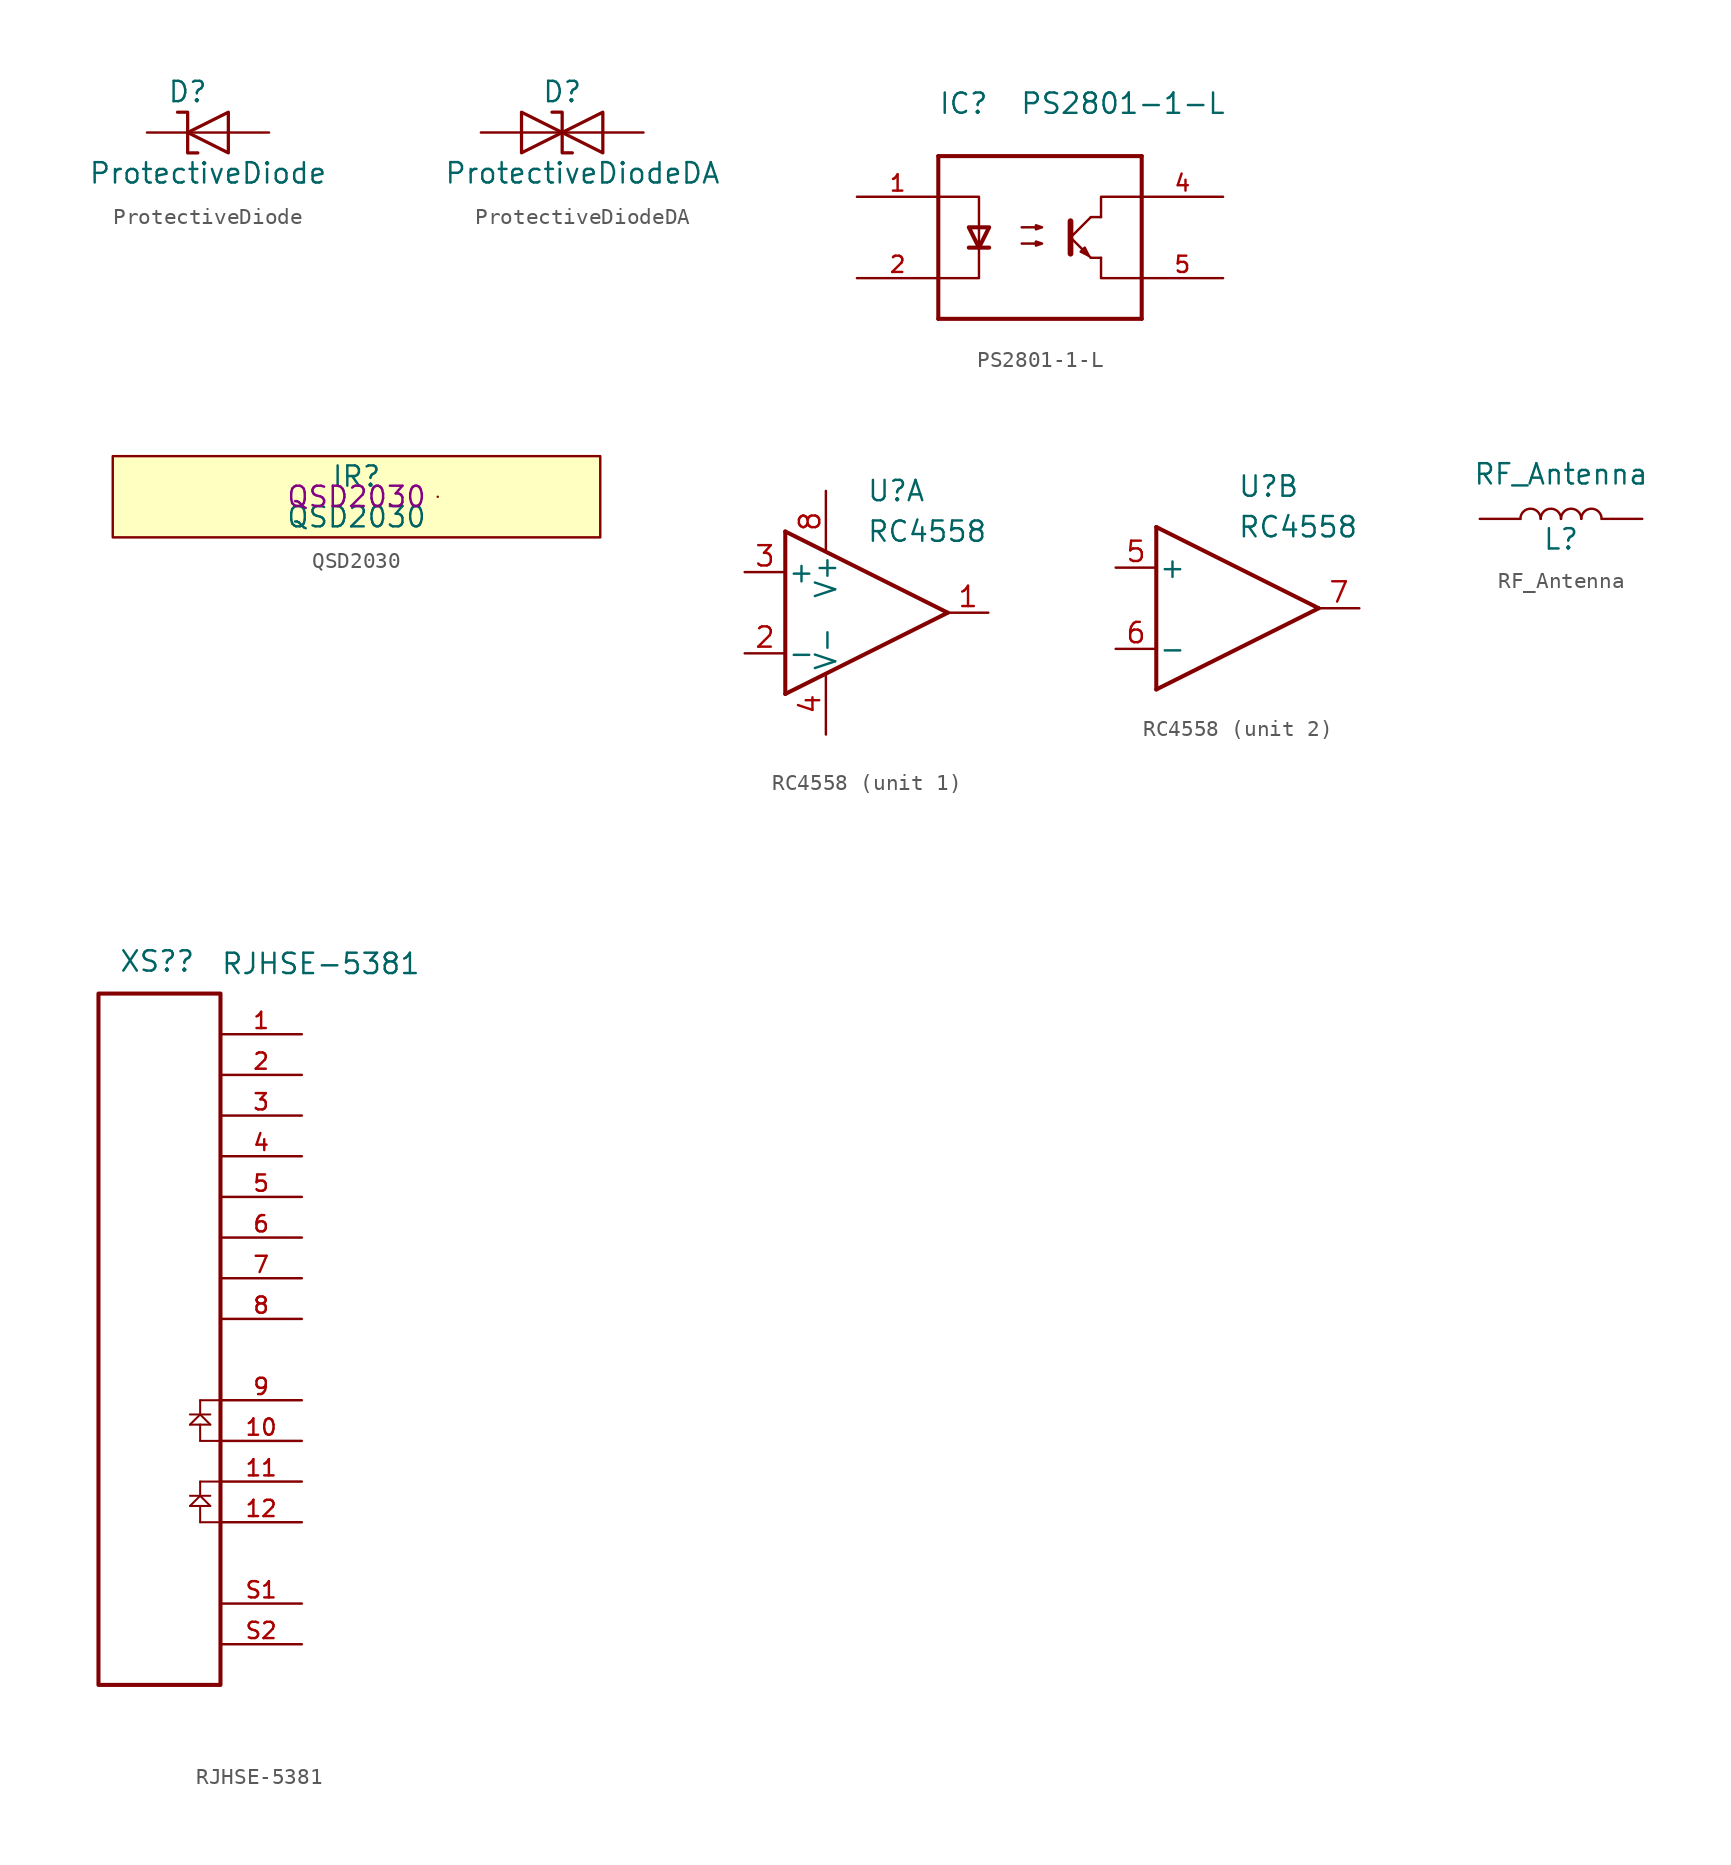
<source format=kicad_sym>
(kicad_symbol_lib
  (version 20220914)
  (generator kicad_symbol_editor)
  (symbol "ProtectiveDiode"
    (pin_numbers hide)
    (pin_names
      (offset 1.016) hide)
    (property "Reference" "D"
      (at 2.54 2.54 0)
      (effects (font (size 1.27 1.27))))
    (property "Value" "ProtectiveDiode"
      (at 3.81 -2.54 0)
      (effects (font (size 1.27 1.27))))
    (symbol "ProtectiveDiode_1_1"
      (polyline (pts (xy 5.08 0) (xy 2.54 0)) (stroke (width 0) (type solid)) (fill (type none)))
      (polyline (pts (xy 1.905 1.27) (xy 2.54 1.27) (xy 2.54 -1.27) (xy 3.175 -1.27)) (stroke (width 0.203) (type solid)) (fill (type none)))
      (polyline (pts (xy 5.08 1.27) (xy 5.08 -1.27) (xy 2.54 0) (xy 5.08 1.27)) (stroke (width 0.203) (type solid)) (fill (type none)))
      (pin passive line (at 0 0 0) (length 2.54) (name "K" (effects (font (size 1.27 1.27)))) (number "1" (effects (font (size 1.27 1.27)))))
      (pin passive line (at 7.62 0 180) (length 2.54) (name "A" (effects (font (size 1.27 1.27)))) (number "2" (effects (font (size 1.27 1.27)))))))
  (symbol "ProtectiveDiodeDA"
    (pin_numbers hide)
    (pin_names
      (offset 1.016) hide)
    (property "Reference" "D"
      (at 5.08 2.54 0)
      (effects (font (size 1.27 1.27))))
    (property "Value" "ProtectiveDiodeDA"
      (at 6.35 -2.54 0)
      (effects (font (size 1.27 1.27))))
    (symbol "ProtectiveDiodeDA_1_1"
      (polyline (pts (xy 2.54 0) (xy 5.08 0)) (stroke (width 0) (type solid)) (fill (type none)))
      (polyline (pts (xy 7.62 0) (xy 5.08 0)) (stroke (width 0) (type solid)) (fill (type none)))
      (polyline (pts (xy 2.54 -1.27) (xy 2.54 1.27) (xy 5.08 0) (xy 2.54 -1.27)) (stroke (width 0.203) (type solid)) (fill (type none)))
      (polyline (pts (xy 4.445 1.27) (xy 5.08 1.27) (xy 5.08 -1.27) (xy 5.715 -1.27)) (stroke (width 0.203) (type solid)) (fill (type none)))
      (polyline (pts (xy 7.62 1.27) (xy 7.62 -1.27) (xy 5.08 0) (xy 7.62 1.27)) (stroke (width 0.203) (type solid)) (fill (type none)))
      (pin passive line (at 0 0 0) (length 2.54) (name "K" (effects (font (size 1.27 1.27)))) (number "1" (effects (font (size 1.27 1.27)))))
      (pin passive line (at 10.16 0 180) (length 2.54) (name "A" (effects (font (size 1.27 1.27)))) (number "2" (effects (font (size 1.27 1.27)))))))
  (symbol "PS2801-1-L"
    (pin_names
      (offset 1.016))
    (property "Reference" "IC"
      (at 0 2.54 0)
      (effects (font (size 1.27 1.27)) (justify left bottom)))
    (property "Value" "PS2801-1-L"
      (at 5.08 2.54 0)
      (effects (font (size 1.27 1.27)) (justify left bottom)))
    (symbol "PS2801-1-L_0_1"
      (polyline (pts (xy 12.7 -7.62) (xy 10.16 -7.62) (xy 10.16 -6.35)) (stroke (width 0) (type solid)) (fill (type none)))
      (polyline (pts (xy 12.7 -2.54) (xy 10.16 -2.54) (xy 10.16 -3.81)) (stroke (width 0) (type solid)) (fill (type none))))
    (symbol "PS2801-1-L_1_0"
      (polyline (pts (xy 0 -10.16) (xy 0 0)) (stroke (width 0.254) (type solid)) (fill (type none)))
      (polyline (pts (xy 0 0) (xy 12.7 0)) (stroke (width 0.254) (type solid)) (fill (type none)))
      (polyline (pts (xy 12.7 -10.16) (xy 0 -10.16)) (stroke (width 0.254) (type solid)) (fill (type none)))
      (polyline (pts (xy 12.7 0) (xy 12.7 -10.16)) (stroke (width 0.254) (type solid)) (fill (type none))))
    (symbol "PS2801-1-L_1_1"
      (polyline (pts (xy 1.905 -5.715) (xy 3.175 -5.715)) (stroke (width 0.254) (type solid)) (fill (type none)))
      (polyline (pts (xy 8.255 -4.064) (xy 8.255 -6.096)) (stroke (width 0.356) (type solid)) (fill (type none)))
      (polyline (pts (xy 8.382 -5.207) (xy 9.525 -6.35)) (stroke (width 0) (type solid)) (fill (type none)))
      (polyline (pts (xy 8.382 -4.953) (xy 9.525 -3.81)) (stroke (width 0) (type solid)) (fill (type none)))
      (polyline (pts (xy 10.16 -6.35) (xy 9.525 -6.35)) (stroke (width 0) (type solid)) (fill (type none)))
      (polyline (pts (xy 10.16 -3.81) (xy 9.525 -3.81)) (stroke (width 0) (type solid)) (fill (type none)))
      (polyline (pts (xy 0 -2.54) (xy 2.54 -2.54) (xy 2.54 -7.62) (xy 0 -7.62)) (stroke (width 0) (type solid)) (fill (type none)))
      (polyline (pts (xy 2.54 -5.715) (xy 1.905 -4.445) (xy 3.175 -4.445) (xy 2.54 -5.715)) (stroke (width 0.254) (type solid)) (fill (type none)))
      (polyline (pts (xy 9.398 -6.223) (xy 9.144 -5.715) (xy 8.89 -5.969) (xy 9.398 -6.223)) (stroke (width 0) (type solid)) (fill (type none)))
      (polyline (pts (xy 5.207 -5.461) (xy 6.477 -5.461) (xy 6.096 -5.588) (xy 6.096 -5.334) (xy 6.477 -5.461)) (stroke (width 0) (type solid)) (fill (type none)))
      (polyline (pts (xy 5.207 -4.445) (xy 6.477 -4.445) (xy 6.096 -4.572) (xy 6.096 -4.318) (xy 6.477 -4.445)) (stroke (width 0) (type solid)) (fill (type none)))
      (pin input line (at -5.08 -2.54 0) (length 5.08) (name "~" (effects (font (size 1.016 1.016)))) (number "1" (effects (font (size 1.016 1.016)))))
      (pin input line (at -5.08 -7.62 0) (length 5.08) (name "~" (effects (font (size 1.016 1.016)))) (number "2" (effects (font (size 1.016 1.016)))))
      (pin output line (at 17.78 -2.54 180) (length 5.08) (name "~" (effects (font (size 1.016 1.016)))) (number "4" (effects (font (size 1.016 1.016)))))
      (pin output line (at 17.78 -7.62 180) (length 5.08) (name "~" (effects (font (size 1.016 1.016)))) (number "5" (effects (font (size 1.016 1.016)))))))
  (symbol "QSD2030"
    (pin_names
      (offset 1.016))
    (property "Reference" "IR"
      (at 0 1.27 0)
      (effects (font (size 1.27 1.27))))
    (property "Value" "QSD2030"
      (at 0 -1.27 0)
      (effects (font (size 1.27 1.27))))
    (property "Mfr. Part Number" "QSD2030"
      (at 0 0 0)
      (effects (font (size 1.27 1.27))))
    (symbol "QSD2030_0_1"
      (rectangle (start -15.24 2.54) (end 15.24 -2.54) (stroke (width 0) (type solid)) (fill (type background)))
      (rectangle (start 5.08 0) (end 5.08 0) (stroke (width 0) (type solid)) (fill (type none)))))
  (symbol "RC4558"
    (pin_names
      (offset 0.127))
    (property "Reference" "U"
      (at 0 7.62 0)
      (effects (font (size 1.27 1.27)) (justify left)))
    (property "Value" "RC4558"
      (at 0 5.08 0)
      (effects (font (size 1.27 1.27)) (justify left)))
    (symbol "RC4558_1_1"
      (polyline (pts (xy -5.08 5.08) (xy -5.08 -5.08)) (stroke (width 0.254) (type solid)) (fill (type none)))
      (polyline (pts (xy 5.08 0) (xy -5.08 -5.08)) (stroke (width 0.254) (type solid)) (fill (type none)))
      (polyline (pts (xy 5.08 0) (xy -5.08 5.08)) (stroke (width 0.254) (type solid)) (fill (type none)))
      (pin output line (at 7.62 0 180) (length 2.54) (name "~" (effects (font (size 1.27 1.27)))) (number "1" (effects (font (size 1.27 1.27)))))
      (pin input line (at -7.62 -2.54 0) (length 2.54) (name "-" (effects (font (size 1.27 1.27)))) (number "2" (effects (font (size 1.27 1.27)))))
      (pin input line (at -7.62 2.54 0) (length 2.54) (name "+" (effects (font (size 1.27 1.27)))) (number "3" (effects (font (size 1.27 1.27)))))
      (pin power_in line (at -2.54 -7.62 90) (length 3.81) (name "V-" (effects (font (size 1.27 1.27)))) (number "4" (effects (font (size 1.27 1.27)))))
      (pin power_in line (at -2.54 7.62 270) (length 3.81) (name "V+" (effects (font (size 1.27 1.27)))) (number "8" (effects (font (size 1.27 1.27))))))
    (symbol "RC4558_2_1"
      (polyline (pts (xy -5.08 5.08) (xy -5.08 -5.08)) (stroke (width 0.254) (type solid)) (fill (type none)))
      (polyline (pts (xy 5.08 0) (xy -5.08 -5.08)) (stroke (width 0.254) (type solid)) (fill (type none)))
      (polyline (pts (xy 5.08 0) (xy -5.08 5.08)) (stroke (width 0.254) (type solid)) (fill (type none)))
      (pin input line (at -7.62 2.54 0) (length 2.54) (name "+" (effects (font (size 1.27 1.27)))) (number "5" (effects (font (size 1.27 1.27)))))
      (pin input line (at -7.62 -2.54 0) (length 2.54) (name "-" (effects (font (size 1.27 1.27)))) (number "6" (effects (font (size 1.27 1.27)))))
      (pin output line (at 7.62 0 180) (length 2.54) (name "~" (effects (font (size 1.27 1.27)))) (number "7" (effects (font (size 1.27 1.27)))))))
  (symbol "RF_Antenna"
    (pin_numbers hide)
    (pin_names
      (offset 1.016) hide)
    (property "Reference" "L"
      (at 0 -1.27 0)
      (effects (font (size 1.27 1.27))))
    (property "Value" "RF_Antenna"
      (at 0 2.794 0)
      (effects (font (size 1.27 1.27))))
    (symbol "RF_Antenna_0_1"
      (arc (start -1.27 0) (mid -1.905 0.6323) (end -2.54 0) (stroke (width 0) (type solid)) (fill (type none)))
      (arc (start 0 0) (mid -0.635 0.6323) (end -1.27 0) (stroke (width 0) (type solid)) (fill (type none)))
      (arc (start 1.27 0) (mid 0.635 0.6323) (end 0 0) (stroke (width 0) (type solid)) (fill (type none)))
      (arc (start 2.54 0) (mid 1.905 0.6323) (end 1.27 0) (stroke (width 0) (type solid)) (fill (type none))))
    (symbol "RF_Antenna_1_1"
      (pin passive line (at -5.08 0 0) (length 2.54) (name "1" (effects (font (size 1.27 1.27)))) (number "1" (effects (font (size 1.27 1.27)))))
      (pin passive line (at 5.08 0 180) (length 2.54) (name "2" (effects (font (size 1.27 1.27)))) (number "2" (effects (font (size 1.27 1.27)))))))
  (symbol "RJHSE-5381"
    (pin_names
      (offset 1.016) hide)
    (property "Reference" "XS?"
      (at 1.27 1.27 0)
      (effects (font (size 1.27 1.27)) (justify left bottom)))
    (property "Value" "RJHSE-5381"
      (at 7.62 1.118 0)
      (effects (font (size 1.27 1.27)) (justify left bottom)))
    (symbol "RJHSE-5381_0_0"
      (polyline (pts (xy 5.715 -32.004) (xy 6.35 -31.369)) (stroke (width 0.127) (type solid)) (fill (type none)))
      (polyline (pts (xy 5.715 -26.924) (xy 6.35 -26.289)) (stroke (width 0.127) (type solid)) (fill (type none)))
      (polyline (pts (xy 6.35 -33.02) (xy 6.35 -32.004)) (stroke (width 0.127) (type solid)) (fill (type none)))
      (polyline (pts (xy 6.35 -32.004) (xy 5.715 -32.004)) (stroke (width 0.127) (type solid)) (fill (type none)))
      (polyline (pts (xy 6.35 -31.369) (xy 5.715 -31.369)) (stroke (width 0.127) (type solid)) (fill (type none)))
      (polyline (pts (xy 6.35 -31.369) (xy 6.985 -32.004)) (stroke (width 0.127) (type solid)) (fill (type none)))
      (polyline (pts (xy 6.35 -30.48) (xy 6.35 -31.369)) (stroke (width 0.127) (type solid)) (fill (type none)))
      (polyline (pts (xy 6.35 -27.94) (xy 6.35 -26.924)) (stroke (width 0.127) (type solid)) (fill (type none)))
      (polyline (pts (xy 6.35 -26.924) (xy 5.715 -26.924)) (stroke (width 0.127) (type solid)) (fill (type none)))
      (polyline (pts (xy 6.35 -26.289) (xy 5.715 -26.289)) (stroke (width 0.127) (type solid)) (fill (type none)))
      (polyline (pts (xy 6.35 -26.289) (xy 6.985 -26.924)) (stroke (width 0.127) (type solid)) (fill (type none)))
      (polyline (pts (xy 6.35 -25.4) (xy 6.35 -26.289)) (stroke (width 0.127) (type solid)) (fill (type none)))
      (polyline (pts (xy 6.985 -32.004) (xy 6.35 -32.004)) (stroke (width 0.127) (type solid)) (fill (type none)))
      (polyline (pts (xy 6.985 -31.369) (xy 6.35 -31.369)) (stroke (width 0.127) (type solid)) (fill (type none)))
      (polyline (pts (xy 6.985 -26.924) (xy 6.35 -26.924)) (stroke (width 0.127) (type solid)) (fill (type none)))
      (polyline (pts (xy 6.985 -26.289) (xy 6.35 -26.289)) (stroke (width 0.127) (type solid)) (fill (type none)))
      (polyline (pts (xy 7.62 -33.02) (xy 6.35 -33.02)) (stroke (width 0.127) (type solid)) (fill (type none)))
      (polyline (pts (xy 7.62 -30.48) (xy 6.35 -30.48)) (stroke (width 0.127) (type solid)) (fill (type none)))
      (polyline (pts (xy 7.62 -27.94) (xy 6.35 -27.94)) (stroke (width 0.127) (type solid)) (fill (type none)))
      (polyline (pts (xy 7.62 -25.4) (xy 6.35 -25.4)) (stroke (width 0.127) (type solid)) (fill (type none)))
      (pin passive line (at 12.7 -2.54 180) (length 5.08) (name "~" (effects (font (size 1.016 1.016)))) (number "1" (effects (font (size 1.016 1.016)))))
      (pin passive line (at 12.7 -27.94 180) (length 5.08) (name "~" (effects (font (size 1.016 1.016)))) (number "10" (effects (font (size 1.016 1.016)))))
      (pin passive line (at 12.7 -30.48 180) (length 5.08) (name "~" (effects (font (size 1.016 1.016)))) (number "11" (effects (font (size 1.016 1.016)))))
      (pin passive line (at 12.7 -33.02 180) (length 5.08) (name "~" (effects (font (size 1.016 1.016)))) (number "12" (effects (font (size 1.016 1.016)))))
      (pin passive line (at 12.7 -5.08 180) (length 5.08) (name "~" (effects (font (size 1.016 1.016)))) (number "2" (effects (font (size 1.016 1.016)))))
      (pin passive line (at 12.7 -7.62 180) (length 5.08) (name "~" (effects (font (size 1.016 1.016)))) (number "3" (effects (font (size 1.016 1.016)))))
      (pin passive line (at 12.7 -10.16 180) (length 5.08) (name "~" (effects (font (size 1.016 1.016)))) (number "4" (effects (font (size 1.016 1.016)))))
      (pin passive line (at 12.7 -12.7 180) (length 5.08) (name "~" (effects (font (size 1.016 1.016)))) (number "5" (effects (font (size 1.016 1.016)))))
      (pin passive line (at 12.7 -15.24 180) (length 5.08) (name "~" (effects (font (size 1.016 1.016)))) (number "6" (effects (font (size 1.016 1.016)))))
      (pin passive line (at 12.7 -17.78 180) (length 5.08) (name "~" (effects (font (size 1.016 1.016)))) (number "7" (effects (font (size 1.016 1.016)))))
      (pin passive line (at 12.7 -20.32 180) (length 5.08) (name "~" (effects (font (size 1.016 1.016)))) (number "8" (effects (font (size 1.016 1.016)))))
      (pin passive line (at 12.7 -25.4 180) (length 5.08) (name "~" (effects (font (size 1.016 1.016)))) (number "9" (effects (font (size 1.016 1.016)))))
      (pin passive line (at 12.7 -38.1 180) (length 5.08) (name "~" (effects (font (size 1.016 1.016)))) (number "S1" (effects (font (size 1.016 1.016)))))
      (pin passive line (at 12.7 -40.64 180) (length 5.08) (name "~" (effects (font (size 1.016 1.016)))) (number "S2" (effects (font (size 1.016 1.016))))))
    (symbol "RJHSE-5381_1_1"
      (rectangle (start 0 0) (end 7.62 -43.18) (stroke (width 0.254) (type solid)) (fill (type none))))))
</source>
